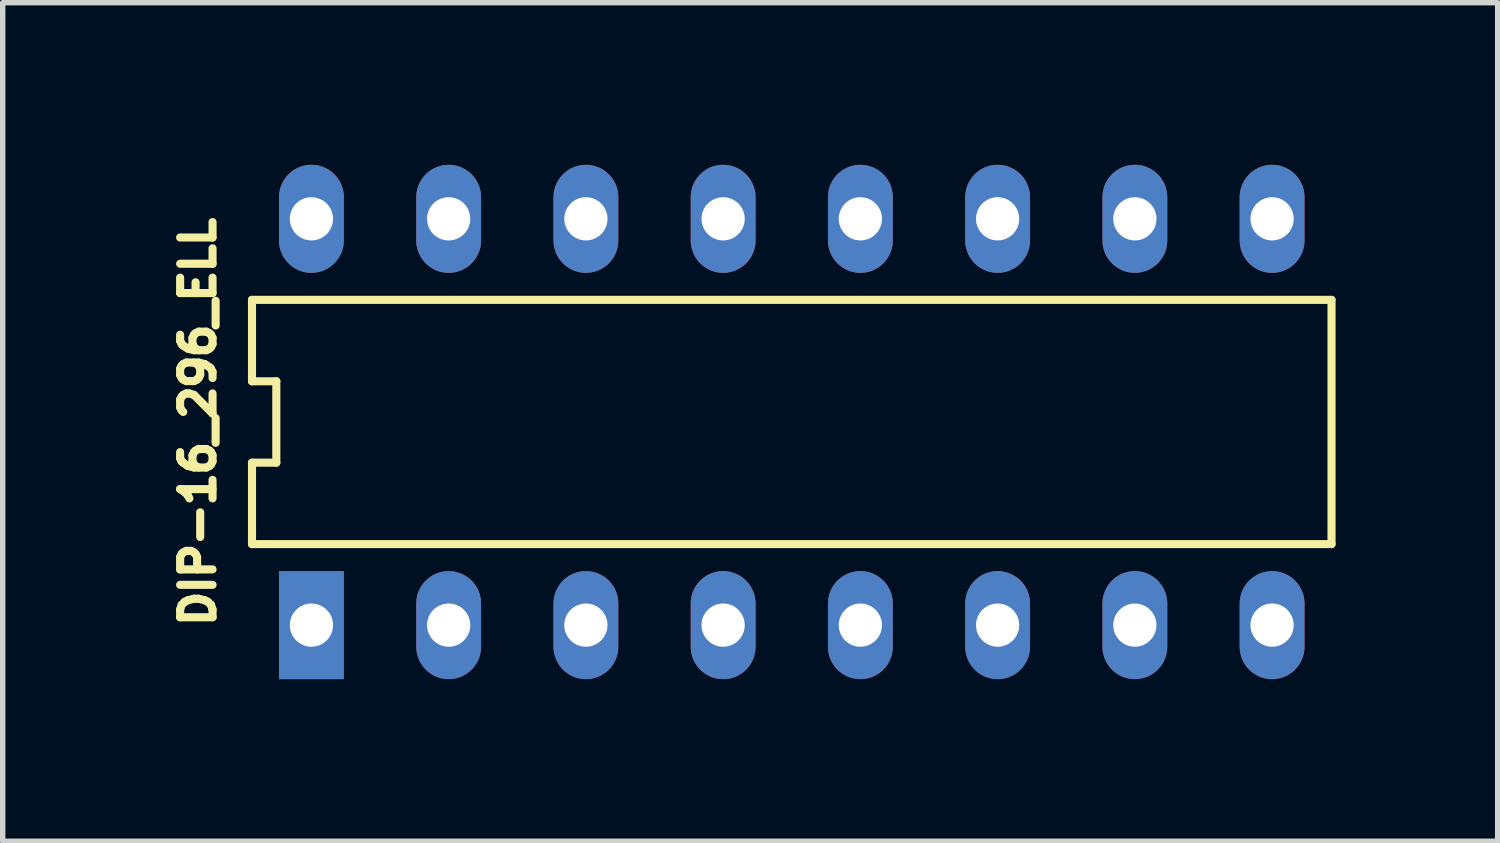
<source format=kicad_pcb>
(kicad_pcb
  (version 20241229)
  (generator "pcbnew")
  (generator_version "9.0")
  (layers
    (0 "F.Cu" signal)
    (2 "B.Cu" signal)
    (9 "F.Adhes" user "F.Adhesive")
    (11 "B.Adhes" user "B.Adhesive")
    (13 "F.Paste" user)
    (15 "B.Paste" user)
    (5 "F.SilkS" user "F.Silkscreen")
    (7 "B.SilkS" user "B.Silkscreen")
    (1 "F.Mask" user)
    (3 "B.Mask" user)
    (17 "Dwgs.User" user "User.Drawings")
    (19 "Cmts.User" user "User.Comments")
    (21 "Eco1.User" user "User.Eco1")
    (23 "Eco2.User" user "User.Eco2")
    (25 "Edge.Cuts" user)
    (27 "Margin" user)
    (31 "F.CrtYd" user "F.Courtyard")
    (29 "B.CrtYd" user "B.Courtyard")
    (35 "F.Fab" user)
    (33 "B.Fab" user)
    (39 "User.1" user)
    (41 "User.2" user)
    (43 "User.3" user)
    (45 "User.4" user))
  (footprint "DIP-16_296_ELL"
    (layer "F.Cu")
    (at 11.604 4.76)
    (property "Reference" "DIP-16_296_ELL" (at -10.99 0 90) (layer "F.SilkS") (effects (font (size 0.6 0.6) (thickness 0.15))))
    (attr through_hole)
    (fp_line (start -9.99 -2.26) (end -9.99 -0.753) (stroke (width 0.15) (type solid)) (layer "F.SilkS"))
    (fp_line (start -9.99 -0.753) (end -9.54 -0.753) (stroke (width 0.15) (type solid)) (layer "F.SilkS"))
    (fp_line (start -9.99 0.753) (end -9.99 2.26) (stroke (width 0.15) (type solid)) (layer "F.SilkS"))
    (fp_line (start -9.99 2.26) (end 9.99 2.26) (stroke (width 0.15) (type solid)) (layer "F.SilkS"))
    (fp_line (start -9.54 -0.753) (end -9.54 0.753) (stroke (width 0.15) (type solid)) (layer "F.SilkS"))
    (fp_line (start -9.54 0.753) (end -9.99 0.753) (stroke (width 0.15) (type solid)) (layer "F.SilkS"))
    (fp_line (start 9.99 -2.26) (end -9.99 -2.26) (stroke (width 0.15) (type solid)) (layer "F.SilkS"))
    (fp_line (start 9.99 2.26) (end 9.99 -2.26) (stroke (width 0.15) (type solid)) (layer "F.SilkS"))
    (pad "1" thru_hole rect (at -8.89 3.76) (size 1.2 2) (drill 0.8) (layers "*.Cu" "*.Mask"))
    (pad "2" thru_hole oval (at -6.35 3.76) (size 1.2 2) (drill 0.8) (layers "*.Cu" "*.Mask"))
    (pad "3" thru_hole oval (at -3.81 3.76) (size 1.2 2) (drill 0.8) (layers "*.Cu" "*.Mask"))
    (pad "4" thru_hole oval (at -1.27 3.76) (size 1.2 2) (drill 0.8) (layers "*.Cu" "*.Mask"))
    (pad "5" thru_hole oval (at 1.27 3.76) (size 1.2 2) (drill 0.8) (layers "*.Cu" "*.Mask"))
    (pad "6" thru_hole oval (at 3.81 3.76) (size 1.2 2) (drill 0.8) (layers "*.Cu" "*.Mask"))
    (pad "7" thru_hole oval (at 6.35 3.76) (size 1.2 2) (drill 0.8) (layers "*.Cu" "*.Mask"))
    (pad "8" thru_hole oval (at 8.89 3.76) (size 1.2 2) (drill 0.8) (layers "*.Cu" "*.Mask"))
    (pad "9" thru_hole oval (at 8.89 -3.76) (size 1.2 2) (drill 0.8) (layers "*.Cu" "*.Mask"))
    (pad "10" thru_hole oval (at 6.35 -3.76) (size 1.2 2) (drill 0.8) (layers "*.Cu" "*.Mask"))
    (pad "11" thru_hole oval (at 3.81 -3.76) (size 1.2 2) (drill 0.8) (layers "*.Cu" "*.Mask"))
    (pad "12" thru_hole oval (at 1.27 -3.76) (size 1.2 2) (drill 0.8) (layers "*.Cu" "*.Mask"))
    (pad "13" thru_hole oval (at -1.27 -3.76) (size 1.2 2) (drill 0.8) (layers "*.Cu" "*.Mask"))
    (pad "14" thru_hole oval (at -3.81 -3.76) (size 1.2 2) (drill 0.8) (layers "*.Cu" "*.Mask"))
    (pad "15" thru_hole oval (at -6.35 -3.76) (size 1.2 2) (drill 0.8) (layers "*.Cu" "*.Mask"))
    (pad "16" thru_hole oval (at -8.89 -3.76) (size 1.2 2) (drill 0.8) (layers "*.Cu" "*.Mask")))
  (gr_rect
    (start -3 -3)
    (end 24.669 12.52)
    (stroke (width 0.1) (type default))
    (fill no)
    (layer "Edge.Cuts")))
</source>
